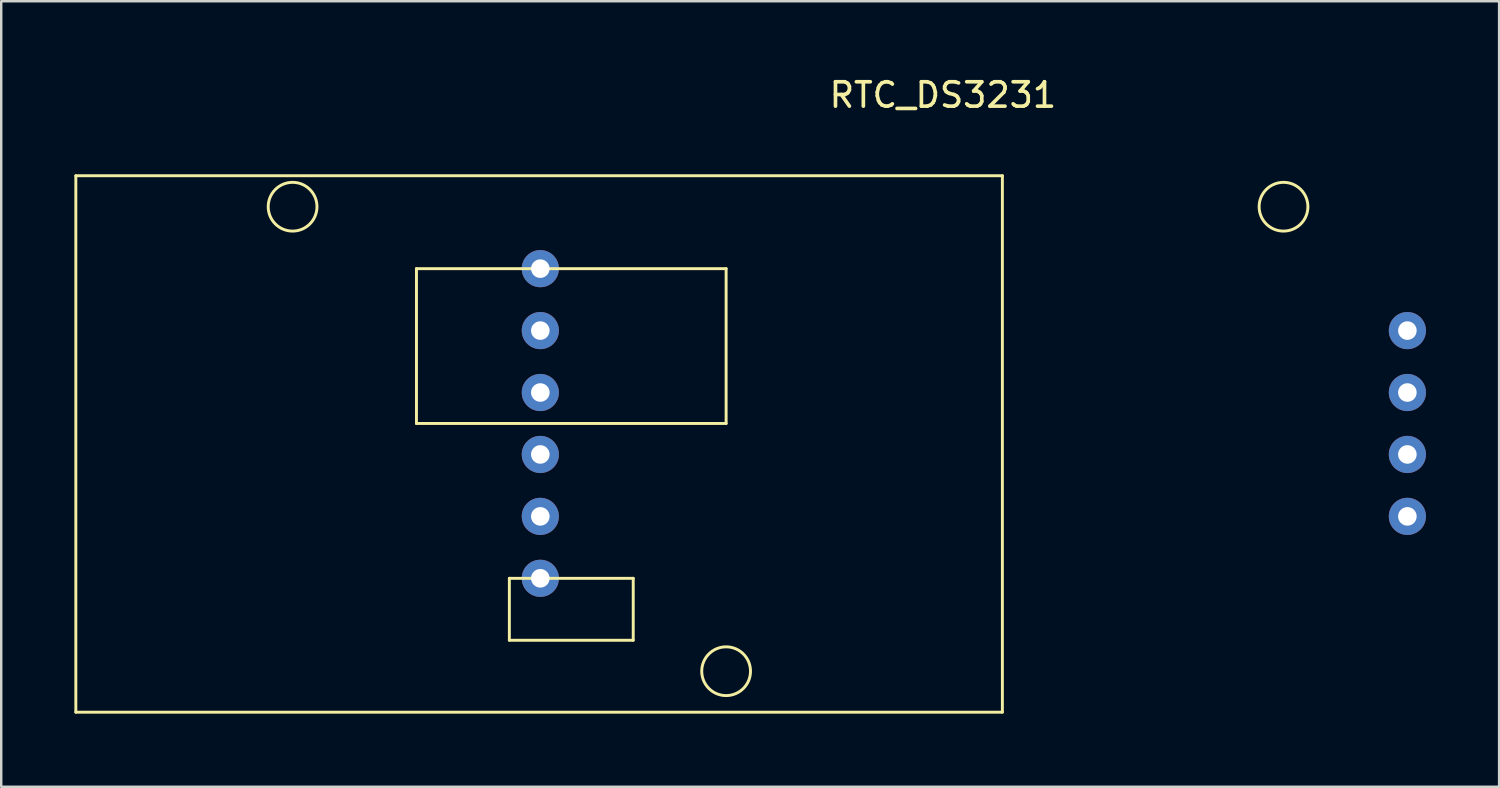
<source format=kicad_pcb>
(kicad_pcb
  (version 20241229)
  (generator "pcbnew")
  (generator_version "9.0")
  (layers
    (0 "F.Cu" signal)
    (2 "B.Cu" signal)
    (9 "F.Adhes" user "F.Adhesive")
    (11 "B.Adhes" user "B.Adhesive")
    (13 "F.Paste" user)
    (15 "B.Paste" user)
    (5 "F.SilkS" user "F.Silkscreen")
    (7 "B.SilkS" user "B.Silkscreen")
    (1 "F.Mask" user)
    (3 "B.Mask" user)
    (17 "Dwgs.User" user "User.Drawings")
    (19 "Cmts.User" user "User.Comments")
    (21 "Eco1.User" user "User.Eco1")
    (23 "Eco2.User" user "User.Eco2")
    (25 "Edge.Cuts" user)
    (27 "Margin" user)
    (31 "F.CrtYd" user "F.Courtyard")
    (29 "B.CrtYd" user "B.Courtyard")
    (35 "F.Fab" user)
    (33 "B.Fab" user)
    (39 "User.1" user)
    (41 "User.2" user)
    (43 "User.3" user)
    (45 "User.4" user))
  (footprint "RTC_DS3231"
    (layer "F.Cu")
    (at 35.62 4.158)
    (property "Reference" "RTC_DS3231" (at 0 -3.31 0) (layer "F.SilkS") (effects (font (size 1 1) (thickness 0.15))))
    (attr through_hole)
    (fp_line (start -35.56 0) (end -35.56 22) (stroke (width 0.12) (type solid)) (layer "F.SilkS"))
    (fp_line (start -35.56 0) (end 2.44 0) (stroke (width 0.12) (type solid)) (layer "F.SilkS"))
    (fp_line (start -21.59 3.81) (end -8.89 3.81) (stroke (width 0.12) (type solid)) (layer "F.SilkS"))
    (fp_line (start -21.59 10.16) (end -21.59 3.81) (stroke (width 0.12) (type solid)) (layer "F.SilkS"))
    (fp_line (start -17.78 16.51) (end -17.78 19.05) (stroke (width 0.12) (type solid)) (layer "F.SilkS"))
    (fp_line (start -17.78 19.05) (end -12.7 19.05) (stroke (width 0.12) (type solid)) (layer "F.SilkS"))
    (fp_line (start -12.7 16.51) (end -17.78 16.51) (stroke (width 0.12) (type solid)) (layer "F.SilkS"))
    (fp_line (start -12.7 19.05) (end -12.7 16.51) (stroke (width 0.12) (type solid)) (layer "F.SilkS"))
    (fp_line (start -8.89 3.81) (end -8.89 10.16) (stroke (width 0.12) (type solid)) (layer "F.SilkS"))
    (fp_line (start -8.89 10.16) (end -21.59 10.16) (stroke (width 0.12) (type solid)) (layer "F.SilkS"))
    (fp_line (start 2.44 0) (end 2.44 22) (stroke (width 0.12) (type solid)) (layer "F.SilkS"))
    (fp_line (start 2.44 22) (end -35.56 22) (stroke (width 0.12) (type solid)) (layer "F.SilkS"))
    (fp_circle (center -26.67 1.27) (end -25.67 1.27) (stroke (width 0.12) (type solid)) (fill no) (layer "F.SilkS"))
    (fp_circle (center -8.89 20.32) (end -7.89 20.32) (stroke (width 0.12) (type solid)) (fill no) (layer "F.SilkS"))
    (fp_circle (center 13.97 1.27) (end 14.97 1.27) (stroke (width 0.12) (type solid)) (fill no) (layer "F.SilkS"))
    (pad "1" thru_hole circle (at -16.51 3.81) (size 1.524 1.524) (drill 0.762) (layers "*.Cu" "*.Mask"))
    (pad "2" thru_hole circle (at -16.51 6.35) (size 1.524 1.524) (drill 0.762) (layers "*.Cu" "*.Mask"))
    (pad "3" thru_hole circle (at -16.51 8.89) (size 1.524 1.524) (drill 0.762) (layers "*.Cu" "*.Mask"))
    (pad "4" thru_hole circle (at -16.51 11.43) (size 1.524 1.524) (drill 0.762) (layers "*.Cu" "*.Mask"))
    (pad "5" thru_hole circle (at -16.51 13.97) (size 1.524 1.524) (drill 0.762) (layers "*.Cu" "*.Mask"))
    (pad "6" thru_hole circle (at -16.51 16.51) (size 1.524 1.524) (drill 0.762) (layers "*.Cu" "*.Mask"))
    (pad "7" thru_hole circle (at 19.05 6.35) (size 1.524 1.524) (drill 0.762) (layers "*.Cu" "*.Mask"))
    (pad "8" thru_hole circle (at 19.05 8.89) (size 1.524 1.524) (drill 0.762) (layers "*.Cu" "*.Mask"))
    (pad "9" thru_hole circle (at 19.05 11.43) (size 1.524 1.524) (drill 0.762) (layers "*.Cu" "*.Mask"))
    (pad "10" thru_hole circle (at 19.05 13.97) (size 1.524 1.524) (drill 0.762) (layers "*.Cu" "*.Mask")))
  (gr_rect
    (start -3 -3)
    (end 58.432 29.218)
    (stroke (width 0.1) (type default))
    (fill no)
    (layer "Edge.Cuts")))
</source>
